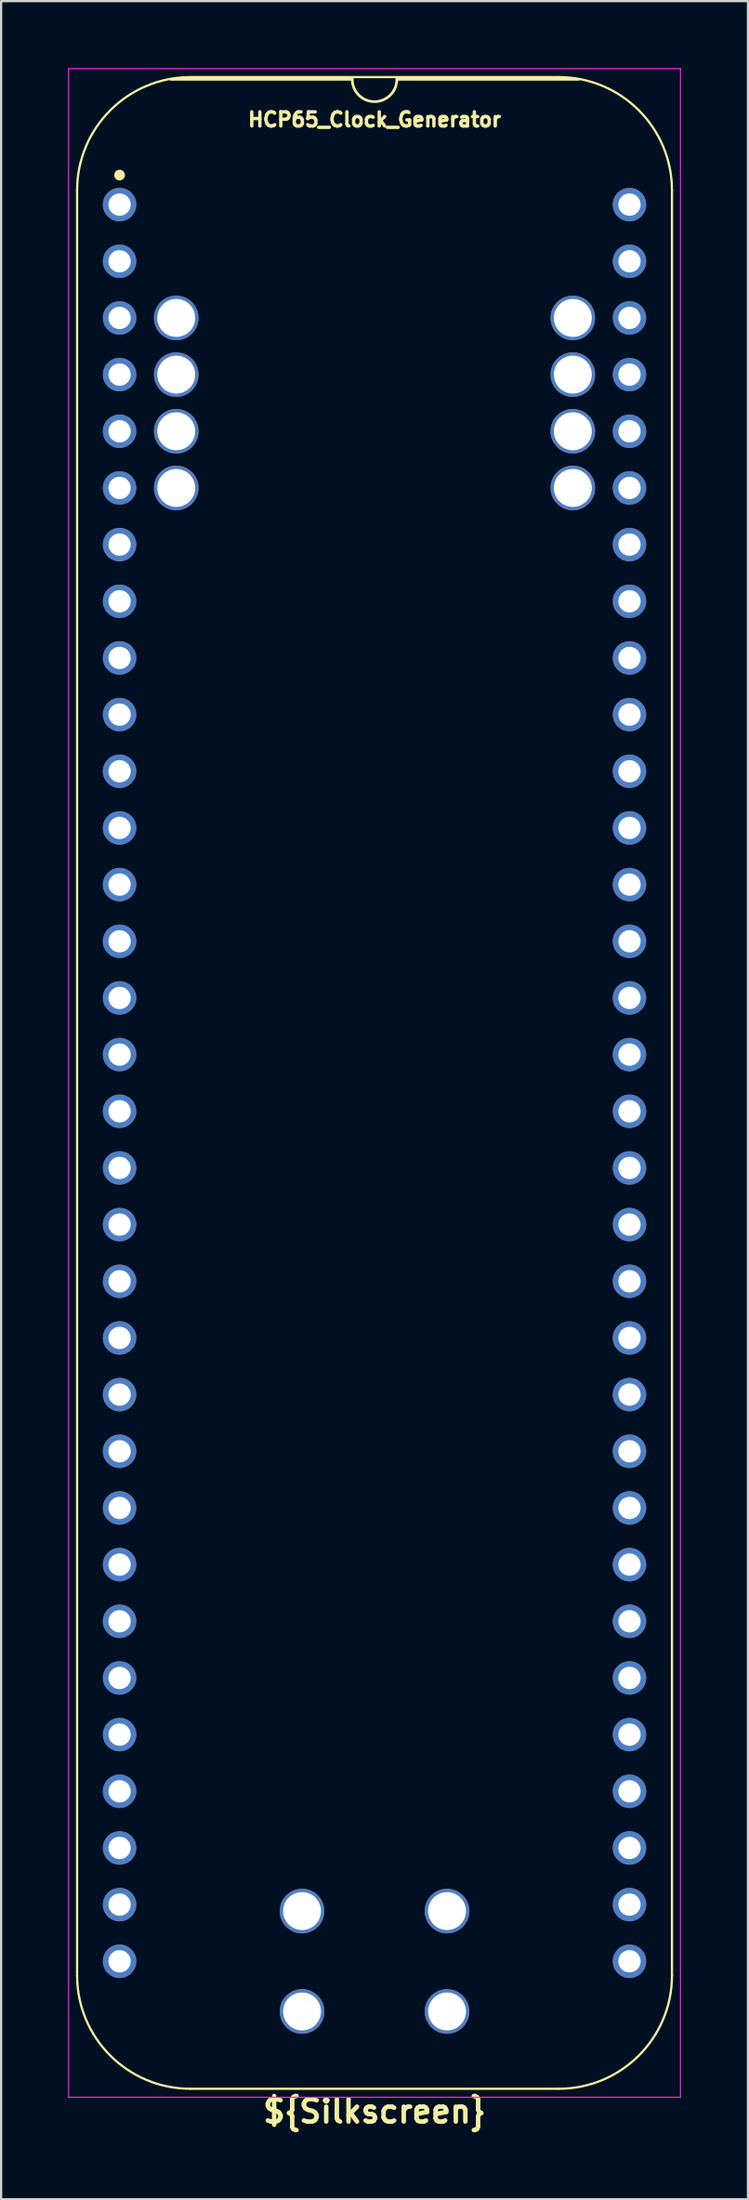
<source format=kicad_pcb>
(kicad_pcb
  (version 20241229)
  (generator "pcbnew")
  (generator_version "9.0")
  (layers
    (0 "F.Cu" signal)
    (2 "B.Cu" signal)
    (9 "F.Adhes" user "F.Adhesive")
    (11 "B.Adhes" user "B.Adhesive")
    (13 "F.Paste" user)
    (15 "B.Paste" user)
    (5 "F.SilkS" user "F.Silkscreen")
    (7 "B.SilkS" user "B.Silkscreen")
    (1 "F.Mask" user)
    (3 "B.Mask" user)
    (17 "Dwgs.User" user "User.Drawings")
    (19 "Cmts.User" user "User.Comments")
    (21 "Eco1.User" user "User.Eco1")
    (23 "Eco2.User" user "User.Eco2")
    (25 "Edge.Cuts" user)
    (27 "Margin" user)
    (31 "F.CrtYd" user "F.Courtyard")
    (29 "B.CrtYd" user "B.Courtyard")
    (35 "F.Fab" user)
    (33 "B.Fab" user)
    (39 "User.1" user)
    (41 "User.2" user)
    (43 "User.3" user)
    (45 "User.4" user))
  (footprint "HCP65_Clock_Generator"
    (layer "F.Cu")
    (at 2.311 6.121)
    (property "Reference" "HCP65_Clock_Generator" (at 11.43 -3.81 0) (layer "F.SilkS") (effects (font (size 0.635 0.635) (thickness 0.15))))
    (property "Silkscreen" "${Silkscreen}" (at 11.43 85.471 0) (layer "F.SilkS") (effects (font (size 1 1) (thickness 0.2))))
    (attr through_hole)
    (fp_line (start -1.905 -0.635) (end -1.905 79.375) (stroke (width 0.1) (type solid)) (layer "F.SilkS"))
    (fp_line (start 10.43 -5.616) (end 2.286 -5.616) (stroke (width 0.12) (type solid)) (layer "F.SilkS"))
    (fp_line (start 19.685 -5.715) (end 3.175 -5.715) (stroke (width 0.1) (type solid)) (layer "F.SilkS"))
    (fp_line (start 19.685 84.455) (end 3.175 84.455) (stroke (width 0.1) (type solid)) (layer "F.SilkS"))
    (fp_line (start 20.574 -5.616) (end 12.43 -5.616) (stroke (width 0.12) (type solid)) (layer "F.SilkS"))
    (fp_line (start 24.765 79.375) (end 24.765 -0.635) (stroke (width 0.1) (type solid)) (layer "F.SilkS"))
    (fp_arc (start -1.905 -0.635) (mid -0.417102 -4.227102) (end 3.175 -5.715) (stroke (width 0.1) (type solid)) (layer "F.SilkS"))
    (fp_arc (start 3.175 84.455) (mid -0.417102 82.967102) (end -1.905 79.375) (stroke (width 0.1) (type solid)) (layer "F.SilkS"))
    (fp_arc (start 12.43 -5.616) (mid 11.43 -4.616) (end 10.43 -5.616) (stroke (width 0.12) (type solid)) (layer "F.SilkS"))
    (fp_arc (start 19.685 -5.715) (mid 23.277102 -4.227102) (end 24.765 -0.635) (stroke (width 0.1) (type solid)) (layer "F.SilkS"))
    (fp_arc (start 24.765 79.375) (mid 23.277102 82.967102) (end 19.685 84.455) (stroke (width 0.1) (type solid)) (layer "F.SilkS"))
    (fp_circle (center 0 -1.323) (end 0.18 -1.323) (stroke (width 0.12) (type solid)) (fill yes) (layer "F.SilkS"))
    (fp_line (start -2.286 -6.096) (end -2.286 84.836) (stroke (width 0.05) (type solid)) (layer "F.CrtYd"))
    (fp_line (start -2.286 -6.096) (end 25.146 -6.096) (stroke (width 0.05) (type solid)) (layer "F.CrtYd"))
    (fp_line (start -2.286 84.836) (end 25.146 84.836) (stroke (width 0.05) (type solid)) (layer "F.CrtYd"))
    (fp_line (start 25.146 84.836) (end 25.146 -6.096) (stroke (width 0.05) (type solid)) (layer "F.CrtYd"))
    (pad "" np_thru_hole circle (at 2.54 5.08) (size 2 2) (drill 1.7) (layers "*.Cu" "*.Mask"))
    (pad "" np_thru_hole circle (at 2.54 7.62) (size 2 2) (drill 1.7) (layers "*.Cu" "*.Mask"))
    (pad "" np_thru_hole circle (at 2.54 10.16) (size 2 2) (drill 1.7) (layers "*.Cu" "*.Mask"))
    (pad "" np_thru_hole circle (at 2.54 12.7) (size 2 2) (drill 1.7) (layers "*.Cu" "*.Mask"))
    (pad "" np_thru_hole circle (at 8.18 76.49 90) (size 2 2) (drill 1.7) (layers "*.Cu" "*.Mask"))
    (pad "" np_thru_hole circle (at 8.18 80.99 90) (size 2 2) (drill 1.7) (layers "*.Cu" "*.Mask"))
    (pad "" np_thru_hole circle (at 14.68 76.49 90) (size 2 2) (drill 1.7) (layers "*.Cu" "*.Mask"))
    (pad "" np_thru_hole circle (at 14.68 80.99 90) (size 2 2) (drill 1.7) (layers "*.Cu" "*.Mask"))
    (pad "" np_thru_hole circle (at 20.32 5.08) (size 2 2) (drill 1.7) (layers "*.Cu" "*.Mask"))
    (pad "" np_thru_hole circle (at 20.32 7.62) (size 2 2) (drill 1.7) (layers "*.Cu" "*.Mask"))
    (pad "" np_thru_hole circle (at 20.32 10.16) (size 2 2) (drill 1.7) (layers "*.Cu" "*.Mask"))
    (pad "" np_thru_hole circle (at 20.32 12.7) (size 2 2) (drill 1.7) (layers "*.Cu" "*.Mask"))
    (pad "1" thru_hole circle (at 0 0) (size 1.5 1.5) (drill 1) (layers "*.Cu" "*.Mask"))
    (pad "2" thru_hole circle (at 0 2.54) (size 1.5 1.5) (drill 1) (layers "*.Cu" "*.Mask"))
    (pad "3" thru_hole circle (at 0 5.08) (size 1.5 1.5) (drill 1) (layers "*.Cu" "*.Mask"))
    (pad "4" thru_hole circle (at 0 7.62) (size 1.5 1.5) (drill 1) (layers "*.Cu" "*.Mask"))
    (pad "5" thru_hole circle (at 0 10.16) (size 1.5 1.5) (drill 1) (layers "*.Cu" "*.Mask"))
    (pad "6" thru_hole circle (at 0 12.7) (size 1.5 1.5) (drill 1) (layers "*.Cu" "*.Mask"))
    (pad "7" thru_hole circle (at 0 15.24) (size 1.5 1.5) (drill 1) (layers "*.Cu" "*.Mask"))
    (pad "8" thru_hole circle (at 0 17.78) (size 1.5 1.5) (drill 1) (layers "*.Cu" "*.Mask"))
    (pad "9" thru_hole circle (at 0 20.32) (size 1.5 1.5) (drill 1) (layers "*.Cu" "*.Mask"))
    (pad "10" thru_hole circle (at 0 22.86) (size 1.5 1.5) (drill 1) (layers "*.Cu" "*.Mask"))
    (pad "11" thru_hole circle (at 0 25.4) (size 1.5 1.5) (drill 1) (layers "*.Cu" "*.Mask"))
    (pad "12" thru_hole circle (at 0 27.94) (size 1.5 1.5) (drill 1) (layers "*.Cu" "*.Mask"))
    (pad "13" thru_hole circle (at 0 30.48) (size 1.5 1.5) (drill 1) (layers "*.Cu" "*.Mask"))
    (pad "14" thru_hole circle (at 0 33.02) (size 1.5 1.5) (drill 1) (layers "*.Cu" "*.Mask"))
    (pad "15" thru_hole circle (at 0 35.56) (size 1.5 1.5) (drill 1) (layers "*.Cu" "*.Mask"))
    (pad "16" thru_hole circle (at 0 38.1) (size 1.5 1.5) (drill 1) (layers "*.Cu" "*.Mask"))
    (pad "17" thru_hole circle (at 0 40.64) (size 1.5 1.5) (drill 1) (layers "*.Cu" "*.Mask"))
    (pad "18" thru_hole circle (at 0 43.18) (size 1.5 1.5) (drill 1) (layers "*.Cu" "*.Mask"))
    (pad "19" thru_hole circle (at 0 45.72) (size 1.5 1.5) (drill 1) (layers "*.Cu" "*.Mask"))
    (pad "20" thru_hole circle (at 0 48.26) (size 1.5 1.5) (drill 1) (layers "*.Cu" "*.Mask"))
    (pad "21" thru_hole circle (at 0 50.8) (size 1.5 1.5) (drill 1) (layers "*.Cu" "*.Mask"))
    (pad "22" thru_hole circle (at 0 53.34) (size 1.5 1.5) (drill 1) (layers "*.Cu" "*.Mask"))
    (pad "23" thru_hole circle (at 0 55.88) (size 1.5 1.5) (drill 1) (layers "*.Cu" "*.Mask"))
    (pad "24" thru_hole circle (at 0 58.42) (size 1.5 1.5) (drill 1) (layers "*.Cu" "*.Mask"))
    (pad "25" thru_hole circle (at 0 60.96) (size 1.5 1.5) (drill 1) (layers "*.Cu" "*.Mask"))
    (pad "26" thru_hole circle (at 0 63.5) (size 1.5 1.5) (drill 1) (layers "*.Cu" "*.Mask"))
    (pad "27" thru_hole circle (at 0 66.04) (size 1.5 1.5) (drill 1) (layers "*.Cu" "*.Mask"))
    (pad "28" thru_hole circle (at 0 68.58) (size 1.5 1.5) (drill 1) (layers "*.Cu" "*.Mask"))
    (pad "29" thru_hole circle (at 0 71.12) (size 1.5 1.5) (drill 1) (layers "*.Cu" "*.Mask"))
    (pad "30" thru_hole circle (at 0 73.66) (size 1.5 1.5) (drill 1) (layers "*.Cu" "*.Mask"))
    (pad "31" thru_hole circle (at 0 76.2) (size 1.5 1.5) (drill 1) (layers "*.Cu" "*.Mask"))
    (pad "32" thru_hole circle (at 0 78.74) (size 1.5 1.5) (drill 1) (layers "*.Cu" "*.Mask"))
    (pad "33" thru_hole circle (at 22.86 78.74) (size 1.5 1.5) (drill 1) (layers "*.Cu" "*.Mask"))
    (pad "34" thru_hole circle (at 22.86 76.2) (size 1.5 1.5) (drill 1) (layers "*.Cu" "*.Mask"))
    (pad "35" thru_hole circle (at 22.86 73.66) (size 1.5 1.5) (drill 1) (layers "*.Cu" "*.Mask"))
    (pad "36" thru_hole circle (at 22.86 71.12) (size 1.5 1.5) (drill 1) (layers "*.Cu" "*.Mask"))
    (pad "37" thru_hole circle (at 22.86 68.58) (size 1.5 1.5) (drill 1) (layers "*.Cu" "*.Mask"))
    (pad "38" thru_hole circle (at 22.86 66.04) (size 1.5 1.5) (drill 1) (layers "*.Cu" "*.Mask"))
    (pad "39" thru_hole circle (at 22.86 63.5) (size 1.5 1.5) (drill 1) (layers "*.Cu" "*.Mask"))
    (pad "40" thru_hole circle (at 22.86 60.96) (size 1.5 1.5) (drill 1) (layers "*.Cu" "*.Mask"))
    (pad "41" thru_hole circle (at 22.86 58.42) (size 1.5 1.5) (drill 1) (layers "*.Cu" "*.Mask"))
    (pad "42" thru_hole circle (at 22.86 55.88) (size 1.5 1.5) (drill 1) (layers "*.Cu" "*.Mask"))
    (pad "43" thru_hole circle (at 22.86 53.34) (size 1.5 1.5) (drill 1) (layers "*.Cu" "*.Mask"))
    (pad "44" thru_hole circle (at 22.86 50.8) (size 1.5 1.5) (drill 1) (layers "*.Cu" "*.Mask"))
    (pad "45" thru_hole circle (at 22.86 48.26) (size 1.5 1.5) (drill 1) (layers "*.Cu" "*.Mask"))
    (pad "46" thru_hole circle (at 22.86 45.72) (size 1.5 1.5) (drill 1) (layers "*.Cu" "*.Mask"))
    (pad "47" thru_hole circle (at 22.86 43.18) (size 1.5 1.5) (drill 1) (layers "*.Cu" "*.Mask"))
    (pad "48" thru_hole circle (at 22.86 40.64) (size 1.5 1.5) (drill 1) (layers "*.Cu" "*.Mask"))
    (pad "49" thru_hole circle (at 22.86 38.1) (size 1.5 1.5) (drill 1) (layers "*.Cu" "*.Mask"))
    (pad "50" thru_hole circle (at 22.86 35.56) (size 1.5 1.5) (drill 1) (layers "*.Cu" "*.Mask"))
    (pad "51" thru_hole circle (at 22.86 33.02) (size 1.5 1.5) (drill 1) (layers "*.Cu" "*.Mask"))
    (pad "52" thru_hole circle (at 22.86 30.48) (size 1.5 1.5) (drill 1) (layers "*.Cu" "*.Mask"))
    (pad "53" thru_hole circle (at 22.86 27.94) (size 1.5 1.5) (drill 1) (layers "*.Cu" "*.Mask"))
    (pad "54" thru_hole circle (at 22.86 25.4) (size 1.5 1.5) (drill 1) (layers "*.Cu" "*.Mask"))
    (pad "55" thru_hole circle (at 22.86 22.86) (size 1.5 1.5) (drill 1) (layers "*.Cu" "*.Mask"))
    (pad "56" thru_hole circle (at 22.86 20.32) (size 1.5 1.5) (drill 1) (layers "*.Cu" "*.Mask"))
    (pad "57" thru_hole circle (at 22.86 17.78) (size 1.5 1.5) (drill 1) (layers "*.Cu" "*.Mask"))
    (pad "58" thru_hole circle (at 22.86 15.24) (size 1.5 1.5) (drill 1) (layers "*.Cu" "*.Mask"))
    (pad "59" thru_hole circle (at 22.86 12.7) (size 1.5 1.5) (drill 1) (layers "*.Cu" "*.Mask"))
    (pad "60" thru_hole circle (at 22.86 10.16) (size 1.5 1.5) (drill 1) (layers "*.Cu" "*.Mask"))
    (pad "61" thru_hole circle (at 22.86 7.62) (size 1.5 1.5) (drill 1) (layers "*.Cu" "*.Mask"))
    (pad "62" thru_hole circle (at 22.86 5.08) (size 1.5 1.5) (drill 1) (layers "*.Cu" "*.Mask"))
    (pad "63" thru_hole circle (at 22.86 2.54) (size 1.5 1.5) (drill 1) (layers "*.Cu" "*.Mask"))
    (pad "64" thru_hole circle (at 22.86 0) (size 1.5 1.5) (drill 1) (layers "*.Cu" "*.Mask")))
  (gr_rect
    (start -3 -3)
    (end 30.482 95.528)
    (stroke (width 0.1) (type default))
    (fill no)
    (layer "Edge.Cuts")))
</source>
